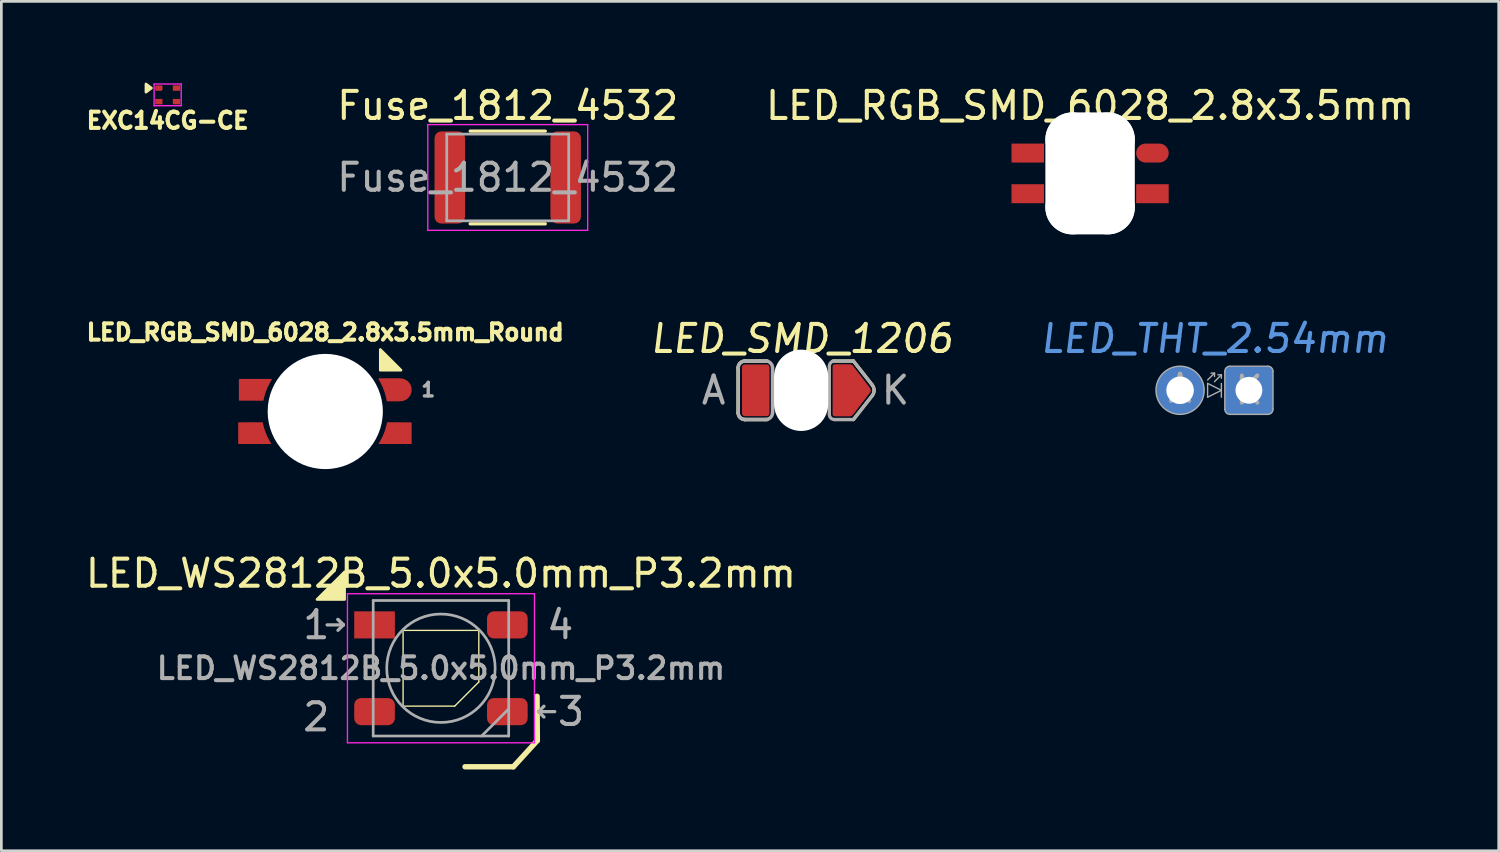
<source format=kicad_pcb>
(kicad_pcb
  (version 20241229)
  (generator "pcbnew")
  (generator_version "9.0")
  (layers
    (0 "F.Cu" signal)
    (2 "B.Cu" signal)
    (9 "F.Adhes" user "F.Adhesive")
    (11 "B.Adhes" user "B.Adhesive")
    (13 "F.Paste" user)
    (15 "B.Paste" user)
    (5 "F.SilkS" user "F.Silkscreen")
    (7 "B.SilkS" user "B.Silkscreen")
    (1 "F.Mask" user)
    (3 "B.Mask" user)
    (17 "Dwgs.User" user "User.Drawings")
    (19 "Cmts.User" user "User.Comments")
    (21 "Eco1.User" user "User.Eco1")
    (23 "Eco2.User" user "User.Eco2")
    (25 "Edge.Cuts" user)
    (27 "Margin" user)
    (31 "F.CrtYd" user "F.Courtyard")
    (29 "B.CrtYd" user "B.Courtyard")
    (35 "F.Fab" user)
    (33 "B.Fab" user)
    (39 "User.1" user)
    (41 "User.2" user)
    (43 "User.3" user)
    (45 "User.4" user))
  (footprint "LED_SMD_1206"
    (layer "F.Cu")
    (at 26.535 11.351)
    (property "Reference" "LED_SMD_1206" (at 0 -1.905 0) (layer "F.SilkS") (effects (font (size 1 1) (thickness 0.15) (italic yes))))
    (attr through_hole)
    (fp_line (start -2.349 -0.826) (end -2.349 0.826) (stroke (width 0.127) (type solid)) (layer "F.SilkS"))
    (fp_line (start -1.27 -1.079) (end -2.095 -1.079) (stroke (width 0.127) (type solid)) (layer "F.SilkS"))
    (fp_line (start -1.27 1.079) (end -2.095 1.079) (stroke (width 0.127) (type solid)) (layer "F.SilkS"))
    (fp_line (start 1.143 -1.079) (end 1.905 -1.079) (stroke (width 0.12) (type solid)) (layer "F.SilkS"))
    (fp_line (start 1.905 -1.079) (end 2.603 -0.191) (stroke (width 0.12) (type solid)) (layer "F.SilkS"))
    (fp_line (start 1.905 1.079) (end 1.206 1.079) (stroke (width 0.12) (type solid)) (layer "F.SilkS"))
    (fp_line (start 2.603 0.191) (end 1.905 1.079) (stroke (width 0.12) (type solid)) (layer "F.SilkS"))
    (fp_arc (start -2.3495 -0.8255) (mid -2.275105 -1.005105) (end -2.0955 -1.0795) (stroke (width 0.127) (type solid)) (layer "F.SilkS"))
    (fp_arc (start -2.0955 1.0795) (mid -2.275105 1.005105) (end -2.3495 0.8255) (stroke (width 0.127) (type solid)) (layer "F.SilkS"))
    (fp_arc (start 2.603632 -0.190324) (mid 2.667 0.00011) (end 2.6035 0.1905) (stroke (width 0.12) (type solid)) (layer "F.SilkS"))
    (fp_line (start -0.254 0) (end -0.254 -0.254) (stroke (width 0.051) (type solid)) (layer "Cmts.User"))
    (fp_line (start -2.349 -0.826) (end -2.349 0.826) (stroke (width 0.127) (type solid)) (layer "F.Fab"))
    (fp_line (start -1.333 -1.079) (end -2.095 -1.079) (stroke (width 0.127) (type solid)) (layer "F.Fab"))
    (fp_line (start -1.333 1.079) (end -2.095 1.079) (stroke (width 0.127) (type solid)) (layer "F.Fab"))
    (fp_line (start -1.079 -0.826) (end -1.079 0.826) (stroke (width 0.127) (type solid)) (layer "F.Fab"))
    (fp_line (start -0.508 0) (end -0.254 0) (stroke (width 0.051) (type solid)) (layer "F.Fab"))
    (fp_line (start -0.254 -0.254) (end -0.254 0.254) (stroke (width 0.051) (type solid)) (layer "F.Fab"))
    (fp_line (start -0.254 0.254) (end 0.254 0) (stroke (width 0.051) (type solid)) (layer "F.Fab"))
    (fp_line (start 0.254 -0.254) (end 0.254 0.254) (stroke (width 0.051) (type solid)) (layer "F.Fab"))
    (fp_line (start 0.254 0) (end -0.254 -0.254) (stroke (width 0.051) (type solid)) (layer "F.Fab"))
    (fp_line (start 0.254 0) (end 0.508 0) (stroke (width 0.051) (type solid)) (layer "F.Fab"))
    (fp_line (start 1.016 -0.889) (end 1.016 0.889) (stroke (width 0.12) (type solid)) (layer "F.Fab"))
    (fp_line (start 1.206 -1.079) (end 1.905 -1.079) (stroke (width 0.12) (type solid)) (layer "F.Fab"))
    (fp_line (start 1.905 -1.079) (end 2.603 -0.191) (stroke (width 0.12) (type solid)) (layer "F.Fab"))
    (fp_line (start 1.905 1.079) (end 1.206 1.079) (stroke (width 0.12) (type solid)) (layer "F.Fab"))
    (fp_line (start 2.603 0.191) (end 1.905 1.079) (stroke (width 0.12) (type solid)) (layer "F.Fab"))
    (fp_arc (start -2.3495 -0.8255) (mid -2.275105 -1.005105) (end -2.0955 -1.0795) (stroke (width 0.127) (type solid)) (layer "F.Fab"))
    (fp_arc (start -2.0955 1.0795) (mid -2.275105 1.005105) (end -2.3495 0.8255) (stroke (width 0.127) (type solid)) (layer "F.Fab"))
    (fp_arc (start -1.3335 -1.0795) (mid -1.153895 -1.005105) (end -1.0795 -0.8255) (stroke (width 0.127) (type solid)) (layer "F.Fab"))
    (fp_arc (start -1.0795 0.8255) (mid -1.153895 1.005105) (end -1.3335 1.0795) (stroke (width 0.127) (type solid)) (layer "F.Fab"))
    (fp_arc (start 1.016 -0.889) (mid 1.071796 -1.023704) (end 1.2065 -1.0795) (stroke (width 0.12) (type solid)) (layer "F.Fab"))
    (fp_arc (start 1.2065 1.0795) (mid 1.071796 1.023704) (end 1.016 0.889) (stroke (width 0.12) (type solid)) (layer "F.Fab"))
    (fp_arc (start 2.603632 -0.190324) (mid 2.667 0.00011) (end 2.6035 0.1905) (stroke (width 0.12) (type solid)) (layer "F.Fab"))
    (fp_text user "A" (at -3.254 0 0) (layer "F.Fab") (effects (font (size 1 1) (thickness 0.15))))
    (fp_text user "K" (at 3.454 0 0) (layer "F.Fab") (effects (font (size 1 1) (thickness 0.15))))
    (pad "" np_thru_hole oval (at -0.025 0) (size 2 3) (drill oval 2 3) (layers "*.Cu" "*.Mask"))
    (pad "A" smd roundrect (at -1.7 0) (size 1.016 1.905) (layers "F.Cu" "F.Mask" "F.Paste") (roundrect_rratio 0.1))
    (pad "K" smd custom (at 1.778 0) (size 1.27 1.27) (layers "F.Cu" "F.Mask" "F.Paste") (options (anchor circle)) (primitives (gr_poly (pts (xy 0 -0.826) (xy 0.635 0) (xy 0 0.826)) (width 0.267) (fill yes)) (gr_poly (pts (xy -0.508 -0.953) (xy -0.508 -0.762) (xy 0 -0.762) (xy 0 -0.953)) (width 0.013) (fill yes)) (gr_poly (pts (xy -0.508 0.762) (xy -0.508 0.953) (xy 0 0.953) (xy 0 0.762)) (width 0.013) (fill yes)) (gr_circle (center -0.508 0.508) (end -0.445 0.508) (width 0.14) (fill no)) (gr_circle (center -0.508 -0.508) (end -0.445 -0.508) (width 0.14) (fill no)) (gr_poly (pts (xy -0.572 0.889) (xy 0 0.889) (xy 0 -0.889) (xy -0.572 -0.889)) (width 0.14) (fill yes)))))
  (footprint "Fuse_1812_4532"
    (layer "F.Cu")
    (at 15.684 3.498)
    (property "Reference" "Fuse_1812_4532" (at 0 -2.65 0) (layer "F.SilkS") (effects (font (size 1 1) (thickness 0.15))))
    (attr smd)
    (fp_line (start -1.386 -1.71) (end 1.386 -1.71) (stroke (width 0.12) (type solid)) (layer "F.SilkS"))
    (fp_line (start -1.386 1.71) (end 1.386 1.71) (stroke (width 0.12) (type solid)) (layer "F.SilkS"))
    (fp_line (start -2.95 -1.95) (end 2.95 -1.95) (stroke (width 0.05) (type solid)) (layer "F.CrtYd"))
    (fp_line (start -2.95 1.95) (end -2.95 -1.95) (stroke (width 0.05) (type solid)) (layer "F.CrtYd"))
    (fp_line (start 2.95 -1.95) (end 2.95 1.95) (stroke (width 0.05) (type solid)) (layer "F.CrtYd"))
    (fp_line (start 2.95 1.95) (end -2.95 1.95) (stroke (width 0.05) (type solid)) (layer "F.CrtYd"))
    (fp_line (start -2.25 -1.6) (end 2.25 -1.6) (stroke (width 0.1) (type solid)) (layer "F.Fab"))
    (fp_line (start -2.25 1.6) (end -2.25 -1.6) (stroke (width 0.1) (type solid)) (layer "F.Fab"))
    (fp_line (start 2.25 -1.6) (end 2.25 1.6) (stroke (width 0.1) (type solid)) (layer "F.Fab"))
    (fp_line (start 2.25 1.6) (end -2.25 1.6) (stroke (width 0.1) (type solid)) (layer "F.Fab"))
    (fp_text user "${REFERENCE}" (at 0 0 0) (layer "F.Fab") (effects (font (size 1 1) (thickness 0.15))))
    (pad "1" smd roundrect (at -2.138 0) (size 1.125 3.4) (layers "F.Cu" "F.Mask" "F.Paste") (roundrect_rratio 0.222))
    (pad "2" smd roundrect (at 2.138 0) (size 1.125 3.4) (layers "F.Cu" "F.Mask" "F.Paste") (roundrect_rratio 0.222)))
  (footprint "LED_RGB_SMD_6028_2.8x3.5mm_Round"
    (layer "F.Cu")
    (at 8.951 12.133)
    (property "Reference" "LED_RGB_SMD_6028_2.8x3.5mm_Round" (at 0 -2.921 0) (layer "F.SilkS") (effects (font (size 0.6 0.6) (thickness 0.15))))
    (attr smd)
    (fp_poly (pts (xy 2.794 -1.524) (xy 2.032 -1.524) (xy 2.032 -2.286)) (stroke (width 0.1) (type solid)) (fill yes) (layer "F.SilkS"))
    (fp_text user "1" (at 3.8 -0.8 0) (layer "F.Fab") (effects (font (size 0.5 0.5) (thickness 0.125))))
    (pad "" np_thru_hole circle (at 0 0 180) (size 4.25 4.25) (drill 4.25) (layers "*.Cu" "*.Mask"))
    (pad "1" smd custom (at -2.667 0.8 180) (size 0.5 0.5) (layers "F.Cu" "F.Mask" "F.Paste") (options (anchor circle)) (primitives (gr_arc (start -0.65 -0.38) (mid -0.461984 -0.014048) (end -0.346215 0.380753) (width 0.04)) (gr_line (start 0.525 0.38) (end -0.346 0.383) (width 0.04)) (gr_line (start 0.525 0.38) (end 0.525 -0.38) (width 0.04)) (gr_poly (pts (xy -0.325 0.375) (xy 0.525 0.375) (xy 0.525 -0.375) (xy -0.625 -0.375) (xy -0.425 0.025)) (width 0.04) (fill yes)) (gr_line (start 0.525 -0.38) (end -0.65 -0.38) (width 0.04))))
    (pad "2" smd custom (at -2.642 -0.8 180) (size 0.5 0.5) (layers "F.Cu" "F.Mask" "F.Paste") (options (anchor circle)) (primitives (gr_arc (start -0.346215 -0.380753) (mid -0.461984 0.014048) (end -0.65 0.38) (width 0.04)) (gr_line (start 0.525 -0.38) (end -0.346 -0.383) (width 0.04)) (gr_line (start 0.525 -0.38) (end 0.525 0.38) (width 0.04)) (gr_poly (pts (xy -0.325 -0.375) (xy 0.525 -0.375) (xy 0.525 0.375) (xy -0.625 0.375) (xy -0.425 -0.025)) (width 0.04) (fill yes)) (gr_line (start 0.525 0.38) (end -0.65 0.38) (width 0.04))))
    (pad "3" smd custom (at 2.565 -0.8) (size 0.5 0.5) (layers "F.Cu" "F.Mask" "F.Paste") (options (anchor circle)) (primitives (gr_poly (pts (xy -0.55 -0.4) (xy -0.45 -0.2) (xy -0.35 0.025) (xy -0.3 0.25) (xy -0.25 0.4) (xy 0.175 0.4) (xy 0.175 -0.4)) (width 0.04) (fill yes)) (gr_line (start -0.575 -0.4) (end 0.2 -0.4) (width 0.05)) (gr_arc (start -0.575704 -0.399073) (mid -0.388113 -0.01355) (end -0.275001 0.4) (width 0.05)) (gr_arc (start 0.2 -0.4) (mid 0.6 0) (end 0.2 0.4) (width 0.05)) (gr_circle (center 0.2 0) (end 0.4 0) (width 0.4) (fill no)) (gr_line (start -0.275 0.4) (end 0.2 0.4) (width 0.05))))
    (pad "4" smd custom (at 2.642 0.8) (size 0.5 0.5) (layers "F.Cu" "F.Mask" "F.Paste") (options (anchor circle)) (primitives (gr_arc (start -0.346215 -0.380753) (mid -0.461984 0.014048) (end -0.65 0.38) (width 0.04)) (gr_line (start 0.525 -0.38) (end -0.346 -0.383) (width 0.04)) (gr_line (start 0.525 -0.38) (end 0.525 0.38) (width 0.04)) (gr_poly (pts (xy -0.325 -0.375) (xy 0.525 -0.375) (xy 0.525 0.375) (xy -0.625 0.375) (xy -0.425 -0.025)) (width 0.04) (fill yes)) (gr_line (start 0.525 0.38) (end -0.65 0.38) (width 0.04)))))
  (footprint "EXC14CG-CE"
    (layer "F.Cu")
    (at 3.136 0.45)
    (property "Reference" "EXC14CG-CE" (at 0 0.95 0) (layer "F.SilkS") (effects (font (size 0.6 0.6) (thickness 0.15))))
    (attr through_hole)
    (fp_poly (pts (xy -0.8 -0.1) (xy -0.6 -0.25) (xy -0.8 -0.4)) (stroke (width 0.1) (type solid)) (fill yes) (layer "F.SilkS"))
    (fp_line (start -0.5 -0.4) (end -0.5 0.4) (stroke (width 0.05) (type solid)) (layer "F.CrtYd"))
    (fp_line (start -0.5 -0.4) (end 0.5 -0.4) (stroke (width 0.05) (type solid)) (layer "F.CrtYd"))
    (fp_line (start -0.5 0.4) (end 0.5 0.4) (stroke (width 0.05) (type solid)) (layer "F.CrtYd"))
    (fp_line (start 0.5 -0.4) (end 0.5 0.4) (stroke (width 0.05) (type solid)) (layer "F.CrtYd"))
    (pad "1" smd roundrect (at -0.325 -0.25) (size 0.27 0.2) (layers "F.Cu" "F.Mask" "F.Paste") (roundrect_rratio 0.25))
    (pad "2" smd rect (at 0.325 -0.25) (size 0.27 0.2) (layers "F.Cu" "F.Mask" "F.Paste"))
    (pad "3" smd rect (at 0.325 0.25) (size 0.27 0.2) (layers "F.Cu" "F.Mask" "F.Paste"))
    (pad "4" smd rect (at -0.325 0.25) (size 0.27 0.2) (layers "F.Cu" "F.Mask" "F.Paste")))
  (footprint "LED_RGB_SMD_6028_2.8x3.5mm"
    (layer "F.Cu")
    (at 37.172 3.348)
    (property "Reference" "LED_RGB_SMD_6028_2.8x3.5mm" (at 0 -2.5 0) (layer "F.SilkS") (effects (font (size 1 1) (thickness 0.15))))
    (attr through_hole)
    (fp_line (start -1.6 -1.4) (end -1.6 1.4) (stroke (width 0.01) (type solid)) (layer "F.SilkS"))
    (fp_line (start -1.6 1.4) (end 1.6 1.4) (stroke (width 0.01) (type solid)) (layer "F.SilkS"))
    (fp_line (start 1.6 -1.4) (end -1.6 -1.4) (stroke (width 0.01) (type solid)) (layer "F.SilkS"))
    (fp_line (start 1.6 1.4) (end 1.6 -1.4) (stroke (width 0.01) (type solid)) (layer "F.SilkS"))
    (pad "" np_thru_hole oval (at -0.65 0 180) (size 2 4.5) (drill oval 2 4.5) (layers "*.Cu" "*.Mask"))
    (pad "" np_thru_hole oval (at 0 -1.25 90) (size 2 3.3) (drill oval 2 3.3) (layers "*.Cu" "*.Mask"))
    (pad "" np_thru_hole oval (at 0 1.25 90) (size 2 3.3) (drill oval 2 3.3) (layers "*.Cu" "*.Mask"))
    (pad "" np_thru_hole oval (at 0.65 0 180) (size 2 4.5) (drill oval 2 4.5) (layers "*.Cu" "*.Mask"))
    (pad "1" smd oval (at 2.3 -0.75 180) (size 1.2 0.7) (layers "F.Cu" "F.Mask" "F.Paste"))
    (pad "2" smd rect (at -2.3 -0.75 180) (size 1.2 0.7) (layers "F.Cu" "F.Mask" "F.Paste"))
    (pad "3" smd rect (at -2.3 0.75 180) (size 1.2 0.7) (layers "F.Cu" "F.Mask" "F.Paste"))
    (pad "4" smd rect (at 2.3 0.75 180) (size 1.2 0.7) (layers "F.Cu" "F.Mask" "F.Paste")))
  (footprint "LED_WS2812B_5.0x5.0mm_P3.2mm"
    (layer "F.Cu")
    (at 13.22 21.607)
    (property "Reference" "LED_WS2812B_5.0x5.0mm_P3.2mm" (at 0 -3.5 0) (layer "F.SilkS") (effects (font (size 1 1) (thickness 0.15))))
    (attr smd)
    (fp_line (start -1.397 -1.397) (end 1.397 -1.397) (stroke (width 0.05) (type solid)) (layer "F.SilkS"))
    (fp_line (start -1.397 1.397) (end -1.397 -1.397) (stroke (width 0.05) (type solid)) (layer "F.SilkS"))
    (fp_line (start 0.508 1.397) (end -1.397 1.397) (stroke (width 0.05) (type solid)) (layer "F.SilkS"))
    (fp_line (start 0.508 1.397) (end 1.397 0.508) (stroke (width 0.05) (type solid)) (layer "F.SilkS"))
    (fp_line (start 0.889 3.635) (end 2.667 3.635) (stroke (width 0.2) (type solid)) (layer "F.SilkS"))
    (fp_line (start 1.397 -1.397) (end 1.397 0.508) (stroke (width 0.05) (type solid)) (layer "F.SilkS"))
    (fp_line (start 2.673 3.635) (end 3.556 2.667) (stroke (width 0.2) (type solid)) (layer "F.SilkS"))
    (fp_line (start 3.556 2.667) (end 3.546 1.035) (stroke (width 0.2) (type solid)) (layer "F.SilkS"))
    (fp_poly (pts (xy -4.572 -2.54) (xy -3.556 -2.54) (xy -3.556 -3.556)) (stroke (width 0.1) (type solid)) (fill yes) (layer "F.SilkS"))
    (fp_line (start -3.45 -2.75) (end -3.45 2.75) (stroke (width 0.05) (type solid)) (layer "F.CrtYd"))
    (fp_line (start -3.45 2.75) (end 3.45 2.75) (stroke (width 0.05) (type solid)) (layer "F.CrtYd"))
    (fp_line (start 3.45 -2.75) (end -3.45 -2.75) (stroke (width 0.05) (type solid)) (layer "F.CrtYd"))
    (fp_line (start 3.45 2.75) (end 3.45 -2.75) (stroke (width 0.05) (type solid)) (layer "F.CrtYd"))
    (fp_line (start -4.2 -1.6) (end -3.6 -1.6) (stroke (width 0.12) (type solid)) (layer "F.Fab"))
    (fp_line (start -3.8 -1.8) (end -3.6 -1.6) (stroke (width 0.12) (type solid)) (layer "F.Fab"))
    (fp_line (start -3.6 -1.6) (end -3.8 -1.8) (stroke (width 0.12) (type solid)) (layer "F.Fab"))
    (fp_line (start -3.6 -1.6) (end -3.8 -1.4) (stroke (width 0.12) (type solid)) (layer "F.Fab"))
    (fp_line (start -2.5 -2.5) (end -2.5 2.5) (stroke (width 0.1) (type solid)) (layer "F.Fab"))
    (fp_line (start -2.5 2.5) (end 2.5 2.5) (stroke (width 0.1) (type solid)) (layer "F.Fab"))
    (fp_line (start 2.5 -2.5) (end -2.5 -2.5) (stroke (width 0.1) (type solid)) (layer "F.Fab"))
    (fp_line (start 2.5 1.5) (end 1.5 2.5) (stroke (width 0.1) (type solid)) (layer "F.Fab"))
    (fp_line (start 2.5 2.5) (end 2.5 -2.5) (stroke (width 0.1) (type solid)) (layer "F.Fab"))
    (fp_line (start 3.6 1.6) (end 3.8 1.4) (stroke (width 0.12) (type solid)) (layer "F.Fab"))
    (fp_line (start 3.6 1.6) (end 3.8 1.8) (stroke (width 0.12) (type solid)) (layer "F.Fab"))
    (fp_line (start 4.2 1.6) (end 3.6 1.6) (stroke (width 0.12) (type solid)) (layer "F.Fab"))
    (fp_circle (center 0 0) (end 0 -2) (stroke (width 0.1) (type solid)) (fill no) (layer "F.Fab"))
    (fp_text user "3" (at 4.8 1.6 0) (layer "F.Fab") (effects (font (size 1 1) (thickness 0.15))))
    (fp_text user "1" (at -4.6 -1.6 0) (layer "F.Fab") (effects (font (size 1 1) (thickness 0.15))))
    (fp_text user "2" (at -4.6 1.8 0) (layer "F.Fab") (effects (font (size 1 1) (thickness 0.15))))
    (fp_text user "${REFERENCE}" (at 0 0 0) (layer "F.Fab") (effects (font (size 0.8 0.8) (thickness 0.15))))
    (fp_text user "4" (at 4.4 -1.6 0) (layer "F.Fab") (effects (font (size 1 1) (thickness 0.15))))
    (pad "1" smd rect (at -2.45 -1.6) (size 1.5 1) (layers "F.Cu" "F.Mask" "F.Paste"))
    (pad "2" smd roundrect (at -2.45 1.6) (size 1.5 1) (layers "F.Cu" "F.Mask" "F.Paste") (roundrect_rratio 0.25))
    (pad "3" smd roundrect (at 2.45 1.6) (size 1.5 1) (layers "F.Cu" "F.Mask" "F.Paste") (roundrect_rratio 0.25))
    (pad "4" smd roundrect (at 2.45 -1.6) (size 1.5 1) (layers "F.Cu" "F.Mask" "F.Paste") (roundrect_rratio 0.25)))
  (footprint "LED_THT_2.54mm"
    (layer "F.Cu")
    (at 41.762 11.351)
    (property "Reference" "LED_THT_2.54mm" (at 0 -1.905 0) (layer "Cmts.User") (effects (font (size 1 1) (thickness 0.15) (italic yes))))
    (attr through_hole)
    (fp_line (start -0.254 -0.381) (end 0 -0.635) (stroke (width 0.051) (type solid)) (layer "F.Fab"))
    (fp_line (start -0.254 -0.254) (end -0.254 0.254) (stroke (width 0.051) (type solid)) (layer "F.Fab"))
    (fp_line (start -0.254 0.254) (end 0.254 0) (stroke (width 0.051) (type solid)) (layer "F.Fab"))
    (fp_line (start 0 -0.635) (end -0.127 -0.635) (stroke (width 0.051) (type solid)) (layer "F.Fab"))
    (fp_line (start 0 -0.635) (end 0 -0.508) (stroke (width 0.051) (type solid)) (layer "F.Fab"))
    (fp_line (start 0 -0.318) (end 0.254 -0.572) (stroke (width 0.051) (type solid)) (layer "F.Fab"))
    (fp_line (start 0.254 -0.572) (end 0.127 -0.572) (stroke (width 0.051) (type solid)) (layer "F.Fab"))
    (fp_line (start 0.254 -0.572) (end 0.254 -0.445) (stroke (width 0.051) (type solid)) (layer "F.Fab"))
    (fp_line (start 0.254 -0.254) (end 0.254 0.254) (stroke (width 0.051) (type solid)) (layer "F.Fab"))
    (fp_line (start 0.254 0) (end -0.254 -0.254) (stroke (width 0.051) (type solid)) (layer "F.Fab"))
    (fp_line (start 0.381 -0.699) (end 0.381 0.699) (stroke (width 0.051) (type solid)) (layer "F.Fab"))
    (fp_line (start 0.572 0.889) (end 1.968 0.889) (stroke (width 0.051) (type solid)) (layer "F.Fab"))
    (fp_line (start 1.968 -0.889) (end 0.572 -0.889) (stroke (width 0.051) (type solid)) (layer "F.Fab"))
    (fp_line (start 2.159 0.699) (end 2.159 -0.699) (stroke (width 0.051) (type solid)) (layer "F.Fab"))
    (fp_arc (start 0.381 -0.6985) (mid 0.436796 -0.833204) (end 0.5715 -0.889) (stroke (width 0.0508) (type solid)) (layer "F.Fab"))
    (fp_arc (start 0.5715 0.889) (mid 0.436796 0.833204) (end 0.381 0.6985) (stroke (width 0.0508) (type solid)) (layer "F.Fab"))
    (fp_arc (start 1.9685 -0.889) (mid 2.103204 -0.833204) (end 2.159 -0.6985) (stroke (width 0.0508) (type solid)) (layer "F.Fab"))
    (fp_arc (start 2.159 0.6985) (mid 2.103204 0.833204) (end 1.9685 0.889) (stroke (width 0.0508) (type solid)) (layer "F.Fab"))
    (fp_circle (center -1.27 0) (end -0.381 0) (stroke (width 0.051) (type solid)) (fill no) (layer "F.Fab"))
    (fp_text user "A" (at -1.27 -0.064 0) (layer "F.Fab") (effects (font (size 1 1) (thickness 0.15))))
    (fp_text user "K" (at 1.27 0 0) (layer "F.Fab") (effects (font (size 1 1) (thickness 0.15))))
    (pad "" connect circle (at -1.27 0) (size 0.889 0.889) (layers "B.Mask"))
    (pad "" connect circle (at 1.27 0) (size 0.889 0.889) (layers "B.Mask"))
    (pad "A" thru_hole circle (at -1.27 0) (size 1.778 1.778) (drill 1.016) (layers "*.Cu" "F.Mask"))
    (pad "K" thru_hole roundrect (at 1.27 0) (size 1.778 1.778) (drill 0.991) (layers "*.Cu" "F.Mask") (roundrect_rratio 0.1)))
  (gr_rect
    (start -3 -3)
    (end 52.249 28.342)
    (stroke (width 0.1) (type default))
    (fill no)
    (layer "Edge.Cuts")))
</source>
